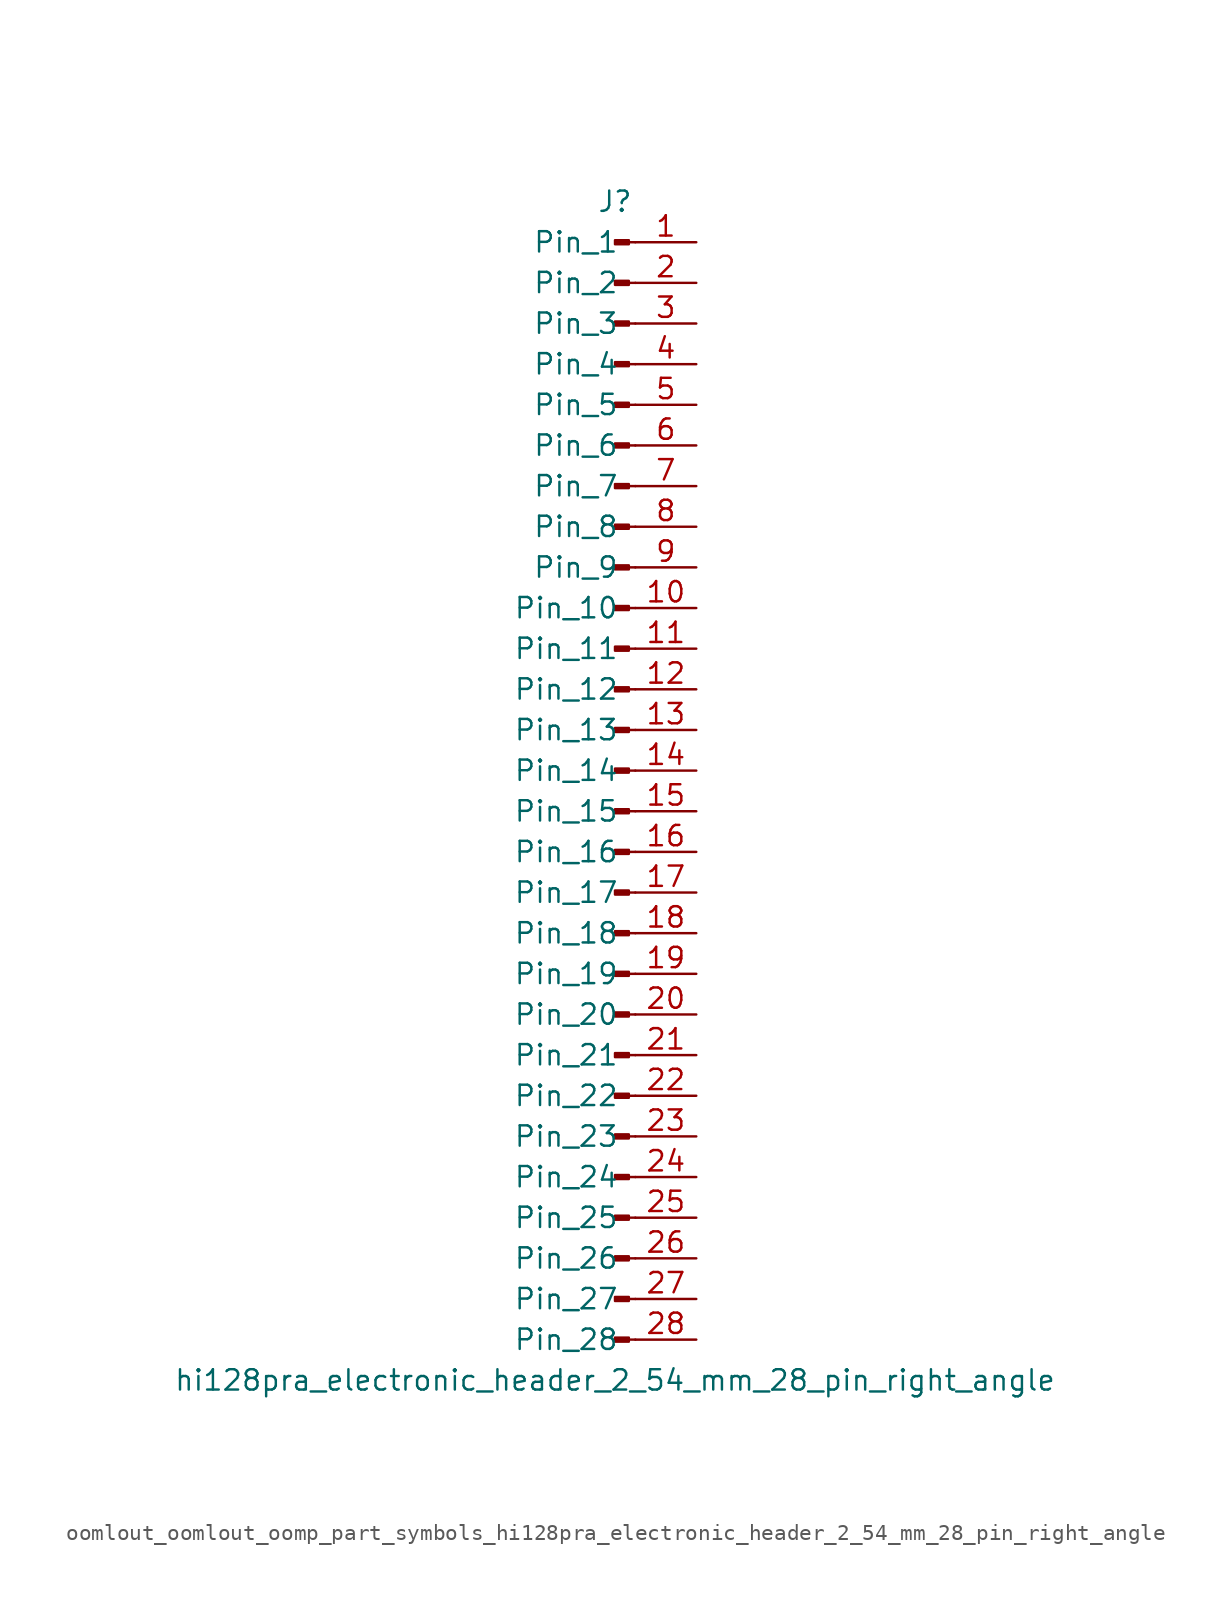
<source format=kicad_sym>
(kicad_symbol_lib
  (version 20220914)
  (generator kicad_symbol_editor)
  (symbol "oomlout_oomlout_oomp_part_symbols_hi128pra_electronic_header_2_54_mm_28_pin_right_angle"
    (pin_names
      (offset 1.016))
    (property "Reference" "J"
      (at 0 35.56 0)
      (effects (font (size 1.27 1.27))))
    (property "Value" "hi128pra_electronic_header_2_54_mm_28_pin_right_angle"
      (at 0 -38.1 0)
      (effects (font (size 1.27 1.27))))
    (property "ki_locked" ""
      (at 0 0 0)
      (effects (font (size 1.27 1.27))))
    (symbol "oomlout_oomlout_oomp_part_symbols_hi128pra_electronic_header_2_54_mm_28_pin_right_angle_1_1"
      (polyline (pts (xy 1.27 -35.56) (xy 0.864 -35.56)) (stroke (width 0.152) (type default)) (fill (type none)))
      (polyline (pts (xy 1.27 -33.02) (xy 0.864 -33.02)) (stroke (width 0.152) (type default)) (fill (type none)))
      (polyline (pts (xy 1.27 -30.48) (xy 0.864 -30.48)) (stroke (width 0.152) (type default)) (fill (type none)))
      (polyline (pts (xy 1.27 -27.94) (xy 0.864 -27.94)) (stroke (width 0.152) (type default)) (fill (type none)))
      (polyline (pts (xy 1.27 -25.4) (xy 0.864 -25.4)) (stroke (width 0.152) (type default)) (fill (type none)))
      (polyline (pts (xy 1.27 -22.86) (xy 0.864 -22.86)) (stroke (width 0.152) (type default)) (fill (type none)))
      (polyline (pts (xy 1.27 -20.32) (xy 0.864 -20.32)) (stroke (width 0.152) (type default)) (fill (type none)))
      (polyline (pts (xy 1.27 -17.78) (xy 0.864 -17.78)) (stroke (width 0.152) (type default)) (fill (type none)))
      (polyline (pts (xy 1.27 -15.24) (xy 0.864 -15.24)) (stroke (width 0.152) (type default)) (fill (type none)))
      (polyline (pts (xy 1.27 -12.7) (xy 0.864 -12.7)) (stroke (width 0.152) (type default)) (fill (type none)))
      (polyline (pts (xy 1.27 -10.16) (xy 0.864 -10.16)) (stroke (width 0.152) (type default)) (fill (type none)))
      (polyline (pts (xy 1.27 -7.62) (xy 0.864 -7.62)) (stroke (width 0.152) (type default)) (fill (type none)))
      (polyline (pts (xy 1.27 -5.08) (xy 0.864 -5.08)) (stroke (width 0.152) (type default)) (fill (type none)))
      (polyline (pts (xy 1.27 -2.54) (xy 0.864 -2.54)) (stroke (width 0.152) (type default)) (fill (type none)))
      (polyline (pts (xy 1.27 0) (xy 0.864 0)) (stroke (width 0.152) (type default)) (fill (type none)))
      (polyline (pts (xy 1.27 2.54) (xy 0.864 2.54)) (stroke (width 0.152) (type default)) (fill (type none)))
      (polyline (pts (xy 1.27 5.08) (xy 0.864 5.08)) (stroke (width 0.152) (type default)) (fill (type none)))
      (polyline (pts (xy 1.27 7.62) (xy 0.864 7.62)) (stroke (width 0.152) (type default)) (fill (type none)))
      (polyline (pts (xy 1.27 10.16) (xy 0.864 10.16)) (stroke (width 0.152) (type default)) (fill (type none)))
      (polyline (pts (xy 1.27 12.7) (xy 0.864 12.7)) (stroke (width 0.152) (type default)) (fill (type none)))
      (polyline (pts (xy 1.27 15.24) (xy 0.864 15.24)) (stroke (width 0.152) (type default)) (fill (type none)))
      (polyline (pts (xy 1.27 17.78) (xy 0.864 17.78)) (stroke (width 0.152) (type default)) (fill (type none)))
      (polyline (pts (xy 1.27 20.32) (xy 0.864 20.32)) (stroke (width 0.152) (type default)) (fill (type none)))
      (polyline (pts (xy 1.27 22.86) (xy 0.864 22.86)) (stroke (width 0.152) (type default)) (fill (type none)))
      (polyline (pts (xy 1.27 25.4) (xy 0.864 25.4)) (stroke (width 0.152) (type default)) (fill (type none)))
      (polyline (pts (xy 1.27 27.94) (xy 0.864 27.94)) (stroke (width 0.152) (type default)) (fill (type none)))
      (polyline (pts (xy 1.27 30.48) (xy 0.864 30.48)) (stroke (width 0.152) (type default)) (fill (type none)))
      (polyline (pts (xy 1.27 33.02) (xy 0.864 33.02)) (stroke (width 0.152) (type default)) (fill (type none)))
      (rectangle (start 0.864 -35.433) (end 0 -35.687) (stroke (width 0.152) (type default)) (fill (type outline)))
      (rectangle (start 0.864 -32.893) (end 0 -33.147) (stroke (width 0.152) (type default)) (fill (type outline)))
      (rectangle (start 0.864 -30.353) (end 0 -30.607) (stroke (width 0.152) (type default)) (fill (type outline)))
      (rectangle (start 0.864 -27.813) (end 0 -28.067) (stroke (width 0.152) (type default)) (fill (type outline)))
      (rectangle (start 0.864 -25.273) (end 0 -25.527) (stroke (width 0.152) (type default)) (fill (type outline)))
      (rectangle (start 0.864 -22.733) (end 0 -22.987) (stroke (width 0.152) (type default)) (fill (type outline)))
      (rectangle (start 0.864 -20.193) (end 0 -20.447) (stroke (width 0.152) (type default)) (fill (type outline)))
      (rectangle (start 0.864 -17.653) (end 0 -17.907) (stroke (width 0.152) (type default)) (fill (type outline)))
      (rectangle (start 0.864 -15.113) (end 0 -15.367) (stroke (width 0.152) (type default)) (fill (type outline)))
      (rectangle (start 0.864 -12.573) (end 0 -12.827) (stroke (width 0.152) (type default)) (fill (type outline)))
      (rectangle (start 0.864 -10.033) (end 0 -10.287) (stroke (width 0.152) (type default)) (fill (type outline)))
      (rectangle (start 0.864 -7.493) (end 0 -7.747) (stroke (width 0.152) (type default)) (fill (type outline)))
      (rectangle (start 0.864 -4.953) (end 0 -5.207) (stroke (width 0.152) (type default)) (fill (type outline)))
      (rectangle (start 0.864 -2.413) (end 0 -2.667) (stroke (width 0.152) (type default)) (fill (type outline)))
      (rectangle (start 0.864 0.127) (end 0 -0.127) (stroke (width 0.152) (type default)) (fill (type outline)))
      (rectangle (start 0.864 2.667) (end 0 2.413) (stroke (width 0.152) (type default)) (fill (type outline)))
      (rectangle (start 0.864 5.207) (end 0 4.953) (stroke (width 0.152) (type default)) (fill (type outline)))
      (rectangle (start 0.864 7.747) (end 0 7.493) (stroke (width 0.152) (type default)) (fill (type outline)))
      (rectangle (start 0.864 10.287) (end 0 10.033) (stroke (width 0.152) (type default)) (fill (type outline)))
      (rectangle (start 0.864 12.827) (end 0 12.573) (stroke (width 0.152) (type default)) (fill (type outline)))
      (rectangle (start 0.864 15.367) (end 0 15.113) (stroke (width 0.152) (type default)) (fill (type outline)))
      (rectangle (start 0.864 17.907) (end 0 17.653) (stroke (width 0.152) (type default)) (fill (type outline)))
      (rectangle (start 0.864 20.447) (end 0 20.193) (stroke (width 0.152) (type default)) (fill (type outline)))
      (rectangle (start 0.864 22.987) (end 0 22.733) (stroke (width 0.152) (type default)) (fill (type outline)))
      (rectangle (start 0.864 25.527) (end 0 25.273) (stroke (width 0.152) (type default)) (fill (type outline)))
      (rectangle (start 0.864 28.067) (end 0 27.813) (stroke (width 0.152) (type default)) (fill (type outline)))
      (rectangle (start 0.864 30.607) (end 0 30.353) (stroke (width 0.152) (type default)) (fill (type outline)))
      (rectangle (start 0.864 33.147) (end 0 32.893) (stroke (width 0.152) (type default)) (fill (type outline)))
      (pin passive line (at 5.08 33.02 180) (length 3.81) (name "Pin_1" (effects (font (size 1.27 1.27)))) (number "1" (effects (font (size 1.27 1.27)))))
      (pin passive line (at 5.08 10.16 180) (length 3.81) (name "Pin_10" (effects (font (size 1.27 1.27)))) (number "10" (effects (font (size 1.27 1.27)))))
      (pin passive line (at 5.08 7.62 180) (length 3.81) (name "Pin_11" (effects (font (size 1.27 1.27)))) (number "11" (effects (font (size 1.27 1.27)))))
      (pin passive line (at 5.08 5.08 180) (length 3.81) (name "Pin_12" (effects (font (size 1.27 1.27)))) (number "12" (effects (font (size 1.27 1.27)))))
      (pin passive line (at 5.08 2.54 180) (length 3.81) (name "Pin_13" (effects (font (size 1.27 1.27)))) (number "13" (effects (font (size 1.27 1.27)))))
      (pin passive line (at 5.08 0 180) (length 3.81) (name "Pin_14" (effects (font (size 1.27 1.27)))) (number "14" (effects (font (size 1.27 1.27)))))
      (pin passive line (at 5.08 -2.54 180) (length 3.81) (name "Pin_15" (effects (font (size 1.27 1.27)))) (number "15" (effects (font (size 1.27 1.27)))))
      (pin passive line (at 5.08 -5.08 180) (length 3.81) (name "Pin_16" (effects (font (size 1.27 1.27)))) (number "16" (effects (font (size 1.27 1.27)))))
      (pin passive line (at 5.08 -7.62 180) (length 3.81) (name "Pin_17" (effects (font (size 1.27 1.27)))) (number "17" (effects (font (size 1.27 1.27)))))
      (pin passive line (at 5.08 -10.16 180) (length 3.81) (name "Pin_18" (effects (font (size 1.27 1.27)))) (number "18" (effects (font (size 1.27 1.27)))))
      (pin passive line (at 5.08 -12.7 180) (length 3.81) (name "Pin_19" (effects (font (size 1.27 1.27)))) (number "19" (effects (font (size 1.27 1.27)))))
      (pin passive line (at 5.08 30.48 180) (length 3.81) (name "Pin_2" (effects (font (size 1.27 1.27)))) (number "2" (effects (font (size 1.27 1.27)))))
      (pin passive line (at 5.08 -15.24 180) (length 3.81) (name "Pin_20" (effects (font (size 1.27 1.27)))) (number "20" (effects (font (size 1.27 1.27)))))
      (pin passive line (at 5.08 -17.78 180) (length 3.81) (name "Pin_21" (effects (font (size 1.27 1.27)))) (number "21" (effects (font (size 1.27 1.27)))))
      (pin passive line (at 5.08 -20.32 180) (length 3.81) (name "Pin_22" (effects (font (size 1.27 1.27)))) (number "22" (effects (font (size 1.27 1.27)))))
      (pin passive line (at 5.08 -22.86 180) (length 3.81) (name "Pin_23" (effects (font (size 1.27 1.27)))) (number "23" (effects (font (size 1.27 1.27)))))
      (pin passive line (at 5.08 -25.4 180) (length 3.81) (name "Pin_24" (effects (font (size 1.27 1.27)))) (number "24" (effects (font (size 1.27 1.27)))))
      (pin passive line (at 5.08 -27.94 180) (length 3.81) (name "Pin_25" (effects (font (size 1.27 1.27)))) (number "25" (effects (font (size 1.27 1.27)))))
      (pin passive line (at 5.08 -30.48 180) (length 3.81) (name "Pin_26" (effects (font (size 1.27 1.27)))) (number "26" (effects (font (size 1.27 1.27)))))
      (pin passive line (at 5.08 -33.02 180) (length 3.81) (name "Pin_27" (effects (font (size 1.27 1.27)))) (number "27" (effects (font (size 1.27 1.27)))))
      (pin passive line (at 5.08 -35.56 180) (length 3.81) (name "Pin_28" (effects (font (size 1.27 1.27)))) (number "28" (effects (font (size 1.27 1.27)))))
      (pin passive line (at 5.08 27.94 180) (length 3.81) (name "Pin_3" (effects (font (size 1.27 1.27)))) (number "3" (effects (font (size 1.27 1.27)))))
      (pin passive line (at 5.08 25.4 180) (length 3.81) (name "Pin_4" (effects (font (size 1.27 1.27)))) (number "4" (effects (font (size 1.27 1.27)))))
      (pin passive line (at 5.08 22.86 180) (length 3.81) (name "Pin_5" (effects (font (size 1.27 1.27)))) (number "5" (effects (font (size 1.27 1.27)))))
      (pin passive line (at 5.08 20.32 180) (length 3.81) (name "Pin_6" (effects (font (size 1.27 1.27)))) (number "6" (effects (font (size 1.27 1.27)))))
      (pin passive line (at 5.08 17.78 180) (length 3.81) (name "Pin_7" (effects (font (size 1.27 1.27)))) (number "7" (effects (font (size 1.27 1.27)))))
      (pin passive line (at 5.08 15.24 180) (length 3.81) (name "Pin_8" (effects (font (size 1.27 1.27)))) (number "8" (effects (font (size 1.27 1.27)))))
      (pin passive line (at 5.08 12.7 180) (length 3.81) (name "Pin_9" (effects (font (size 1.27 1.27)))) (number "9" (effects (font (size 1.27 1.27))))))))
</source>
